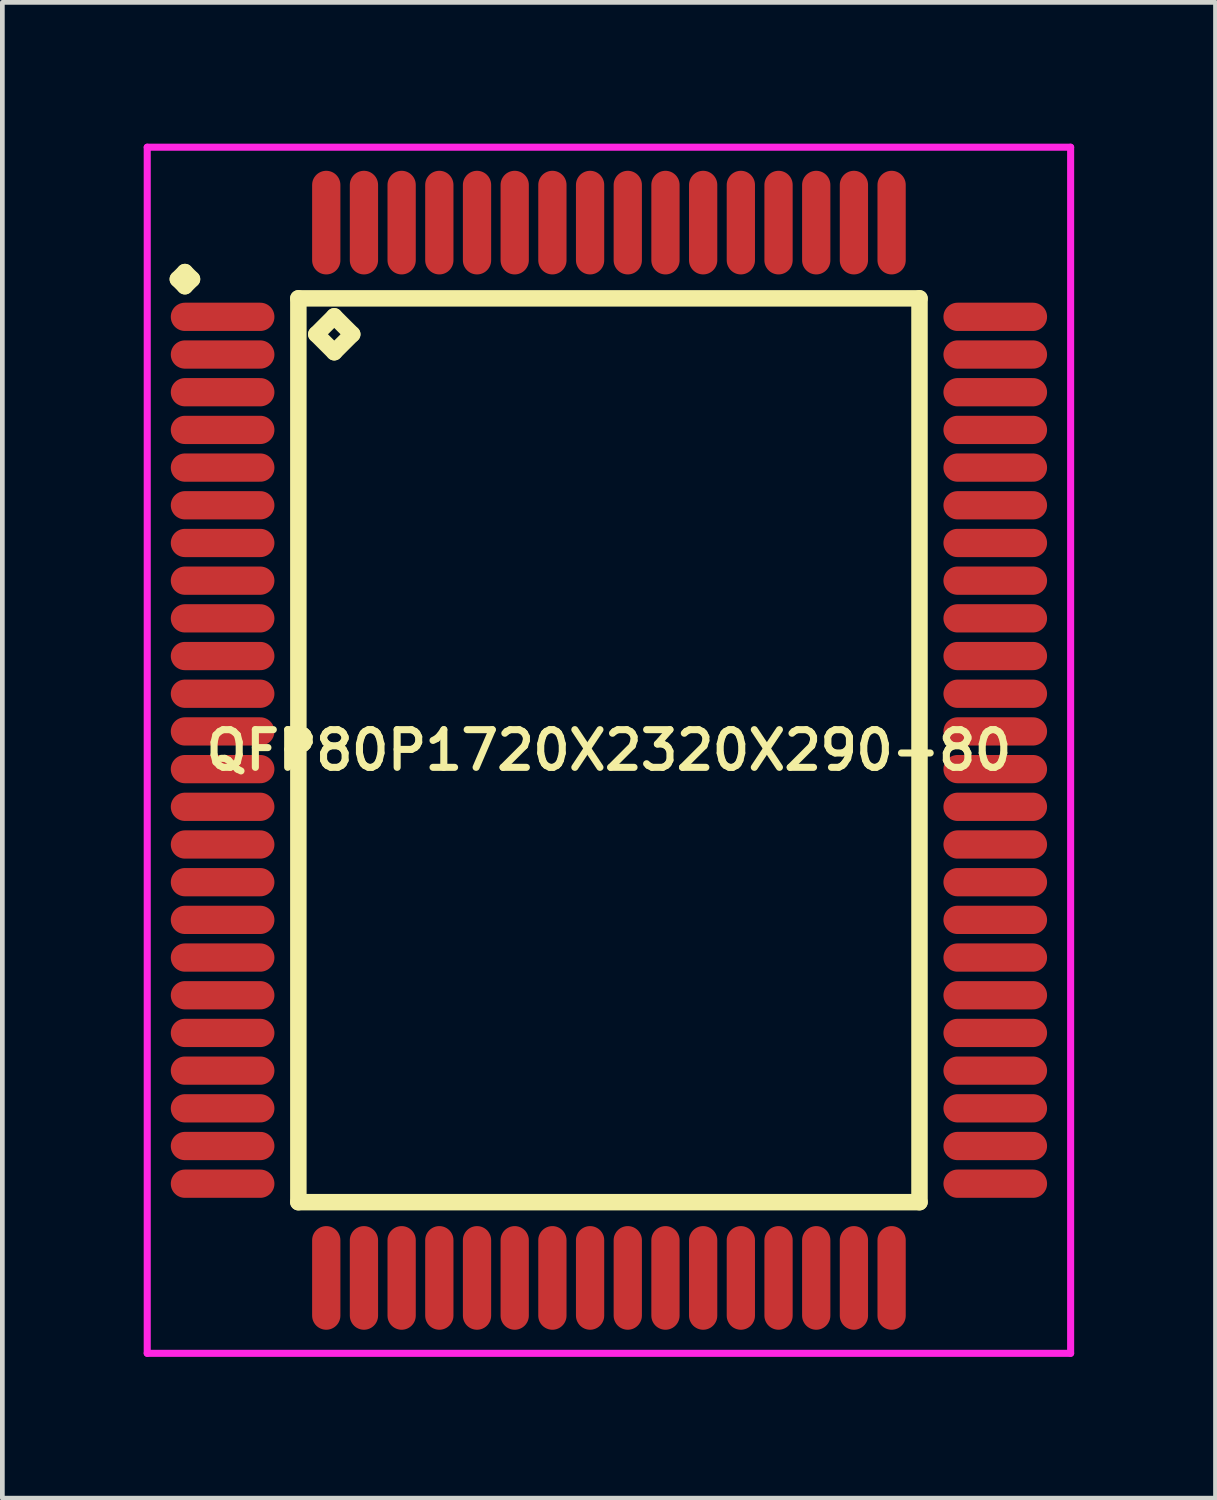
<source format=kicad_pcb>
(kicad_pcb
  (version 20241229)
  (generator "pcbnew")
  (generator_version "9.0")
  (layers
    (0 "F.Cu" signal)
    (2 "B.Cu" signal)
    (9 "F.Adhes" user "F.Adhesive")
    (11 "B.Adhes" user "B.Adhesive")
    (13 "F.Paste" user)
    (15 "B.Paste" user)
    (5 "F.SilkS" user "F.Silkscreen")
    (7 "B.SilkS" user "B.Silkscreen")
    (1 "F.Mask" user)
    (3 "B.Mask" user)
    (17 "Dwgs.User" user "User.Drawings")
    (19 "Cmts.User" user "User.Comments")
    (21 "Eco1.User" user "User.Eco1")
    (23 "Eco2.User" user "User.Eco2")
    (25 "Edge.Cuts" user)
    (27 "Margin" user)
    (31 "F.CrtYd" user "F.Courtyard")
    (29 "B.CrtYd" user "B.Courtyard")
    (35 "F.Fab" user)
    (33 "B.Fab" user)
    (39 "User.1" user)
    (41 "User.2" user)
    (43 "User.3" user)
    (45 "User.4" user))
  (footprint "QFP80P1720X2320X290-80"
    (layer "F.Cu")
    (at 9.875 12.875)
    (property "Reference" "QFP80P1720X2320X290-80" (at 0 0 0) (layer "F.SilkS") (effects (font (size 0.8 0.8) (thickness 0.15))))
    (attr smd)
    (fp_line (start -9.15 -10) (end -9 -10.15) (stroke (width 0.35) (type solid)) (layer "F.SilkS"))
    (fp_line (start -9 -10.15) (end -8.85 -10) (stroke (width 0.35) (type solid)) (layer "F.SilkS"))
    (fp_line (start -9 -9.85) (end -9.15 -10) (stroke (width 0.35) (type solid)) (layer "F.SilkS"))
    (fp_line (start -8.85 -10) (end -9 -9.85) (stroke (width 0.35) (type solid)) (layer "F.SilkS"))
    (fp_line (start -6.592 -9.592) (end -6.592 9.592) (stroke (width 0.35) (type solid)) (layer "F.SilkS"))
    (fp_line (start -6.592 9.592) (end 6.592 9.592) (stroke (width 0.35) (type solid)) (layer "F.SilkS"))
    (fp_line (start -6.211 -8.83) (end -5.83 -9.211) (stroke (width 0.35) (type solid)) (layer "F.SilkS"))
    (fp_line (start -5.83 -9.211) (end -5.449 -8.83) (stroke (width 0.35) (type solid)) (layer "F.SilkS"))
    (fp_line (start -5.83 -8.449) (end -6.211 -8.83) (stroke (width 0.35) (type solid)) (layer "F.SilkS"))
    (fp_line (start -5.449 -8.83) (end -5.83 -8.449) (stroke (width 0.35) (type solid)) (layer "F.SilkS"))
    (fp_line (start 6.592 -9.592) (end -6.592 -9.592) (stroke (width 0.35) (type solid)) (layer "F.SilkS"))
    (fp_line (start 6.592 9.592) (end 6.592 -9.592) (stroke (width 0.35) (type solid)) (layer "F.SilkS"))
    (fp_line (start -9.8 -12.8) (end 9.8 -12.8) (stroke (width 0.15) (type solid)) (layer "F.CrtYd"))
    (fp_line (start -9.8 12.8) (end -9.8 -12.8) (stroke (width 0.15) (type solid)) (layer "F.CrtYd"))
    (fp_line (start 9.8 -12.8) (end 9.8 12.8) (stroke (width 0.15) (type solid)) (layer "F.CrtYd"))
    (fp_line (start 9.8 12.8) (end -9.8 12.8) (stroke (width 0.15) (type solid)) (layer "F.CrtYd"))
    (pad "1" smd oval (at -8.2 -9.2) (size 2.2 0.6) (layers "F.Cu" "F.Mask" "F.Paste"))
    (pad "2" smd oval (at -8.2 -8.4) (size 2.2 0.6) (layers "F.Cu" "F.Mask" "F.Paste"))
    (pad "3" smd oval (at -8.2 -7.6) (size 2.2 0.6) (layers "F.Cu" "F.Mask" "F.Paste"))
    (pad "4" smd oval (at -8.2 -6.8) (size 2.2 0.6) (layers "F.Cu" "F.Mask" "F.Paste"))
    (pad "5" smd oval (at -8.2 -6) (size 2.2 0.6) (layers "F.Cu" "F.Mask" "F.Paste"))
    (pad "6" smd oval (at -8.2 -5.2) (size 2.2 0.6) (layers "F.Cu" "F.Mask" "F.Paste"))
    (pad "7" smd oval (at -8.2 -4.4) (size 2.2 0.6) (layers "F.Cu" "F.Mask" "F.Paste"))
    (pad "8" smd oval (at -8.2 -3.6) (size 2.2 0.6) (layers "F.Cu" "F.Mask" "F.Paste"))
    (pad "9" smd oval (at -8.2 -2.8) (size 2.2 0.6) (layers "F.Cu" "F.Mask" "F.Paste"))
    (pad "10" smd oval (at -8.2 -2) (size 2.2 0.6) (layers "F.Cu" "F.Mask" "F.Paste"))
    (pad "11" smd oval (at -8.2 -1.2) (size 2.2 0.6) (layers "F.Cu" "F.Mask" "F.Paste"))
    (pad "12" smd oval (at -8.2 -0.4) (size 2.2 0.6) (layers "F.Cu" "F.Mask" "F.Paste"))
    (pad "13" smd oval (at -8.2 0.4) (size 2.2 0.6) (layers "F.Cu" "F.Mask" "F.Paste"))
    (pad "14" smd oval (at -8.2 1.2) (size 2.2 0.6) (layers "F.Cu" "F.Mask" "F.Paste"))
    (pad "15" smd oval (at -8.2 2) (size 2.2 0.6) (layers "F.Cu" "F.Mask" "F.Paste"))
    (pad "16" smd oval (at -8.2 2.8) (size 2.2 0.6) (layers "F.Cu" "F.Mask" "F.Paste"))
    (pad "17" smd oval (at -8.2 3.6) (size 2.2 0.6) (layers "F.Cu" "F.Mask" "F.Paste"))
    (pad "18" smd oval (at -8.2 4.4) (size 2.2 0.6) (layers "F.Cu" "F.Mask" "F.Paste"))
    (pad "19" smd oval (at -8.2 5.2) (size 2.2 0.6) (layers "F.Cu" "F.Mask" "F.Paste"))
    (pad "20" smd oval (at -8.2 6) (size 2.2 0.6) (layers "F.Cu" "F.Mask" "F.Paste"))
    (pad "21" smd oval (at -8.2 6.8) (size 2.2 0.6) (layers "F.Cu" "F.Mask" "F.Paste"))
    (pad "22" smd oval (at -8.2 7.6) (size 2.2 0.6) (layers "F.Cu" "F.Mask" "F.Paste"))
    (pad "23" smd oval (at -8.2 8.4) (size 2.2 0.6) (layers "F.Cu" "F.Mask" "F.Paste"))
    (pad "24" smd oval (at -8.2 9.2) (size 2.2 0.6) (layers "F.Cu" "F.Mask" "F.Paste"))
    (pad "25" smd oval (at -6 11.2) (size 0.6 2.2) (layers "F.Cu" "F.Mask" "F.Paste"))
    (pad "26" smd oval (at -5.2 11.2) (size 0.6 2.2) (layers "F.Cu" "F.Mask" "F.Paste"))
    (pad "27" smd oval (at -4.4 11.2) (size 0.6 2.2) (layers "F.Cu" "F.Mask" "F.Paste"))
    (pad "28" smd oval (at -3.6 11.2) (size 0.6 2.2) (layers "F.Cu" "F.Mask" "F.Paste"))
    (pad "29" smd oval (at -2.8 11.2) (size 0.6 2.2) (layers "F.Cu" "F.Mask" "F.Paste"))
    (pad "30" smd oval (at -2 11.2) (size 0.6 2.2) (layers "F.Cu" "F.Mask" "F.Paste"))
    (pad "31" smd oval (at -1.2 11.2) (size 0.6 2.2) (layers "F.Cu" "F.Mask" "F.Paste"))
    (pad "32" smd oval (at -0.4 11.2) (size 0.6 2.2) (layers "F.Cu" "F.Mask" "F.Paste"))
    (pad "33" smd oval (at 0.4 11.2) (size 0.6 2.2) (layers "F.Cu" "F.Mask" "F.Paste"))
    (pad "34" smd oval (at 1.2 11.2) (size 0.6 2.2) (layers "F.Cu" "F.Mask" "F.Paste"))
    (pad "35" smd oval (at 2 11.2) (size 0.6 2.2) (layers "F.Cu" "F.Mask" "F.Paste"))
    (pad "36" smd oval (at 2.8 11.2) (size 0.6 2.2) (layers "F.Cu" "F.Mask" "F.Paste"))
    (pad "37" smd oval (at 3.6 11.2) (size 0.6 2.2) (layers "F.Cu" "F.Mask" "F.Paste"))
    (pad "38" smd oval (at 4.4 11.2) (size 0.6 2.2) (layers "F.Cu" "F.Mask" "F.Paste"))
    (pad "39" smd oval (at 5.2 11.2) (size 0.6 2.2) (layers "F.Cu" "F.Mask" "F.Paste"))
    (pad "40" smd oval (at 6 11.2) (size 0.6 2.2) (layers "F.Cu" "F.Mask" "F.Paste"))
    (pad "41" smd oval (at 8.2 9.2) (size 2.2 0.6) (layers "F.Cu" "F.Mask" "F.Paste"))
    (pad "42" smd oval (at 8.2 8.4) (size 2.2 0.6) (layers "F.Cu" "F.Mask" "F.Paste"))
    (pad "43" smd oval (at 8.2 7.6) (size 2.2 0.6) (layers "F.Cu" "F.Mask" "F.Paste"))
    (pad "44" smd oval (at 8.2 6.8) (size 2.2 0.6) (layers "F.Cu" "F.Mask" "F.Paste"))
    (pad "45" smd oval (at 8.2 6) (size 2.2 0.6) (layers "F.Cu" "F.Mask" "F.Paste"))
    (pad "46" smd oval (at 8.2 5.2) (size 2.2 0.6) (layers "F.Cu" "F.Mask" "F.Paste"))
    (pad "47" smd oval (at 8.2 4.4) (size 2.2 0.6) (layers "F.Cu" "F.Mask" "F.Paste"))
    (pad "48" smd oval (at 8.2 3.6) (size 2.2 0.6) (layers "F.Cu" "F.Mask" "F.Paste"))
    (pad "49" smd oval (at 8.2 2.8) (size 2.2 0.6) (layers "F.Cu" "F.Mask" "F.Paste"))
    (pad "50" smd oval (at 8.2 2) (size 2.2 0.6) (layers "F.Cu" "F.Mask" "F.Paste"))
    (pad "51" smd oval (at 8.2 1.2) (size 2.2 0.6) (layers "F.Cu" "F.Mask" "F.Paste"))
    (pad "52" smd oval (at 8.2 0.4) (size 2.2 0.6) (layers "F.Cu" "F.Mask" "F.Paste"))
    (pad "53" smd oval (at 8.2 -0.4) (size 2.2 0.6) (layers "F.Cu" "F.Mask" "F.Paste"))
    (pad "54" smd oval (at 8.2 -1.2) (size 2.2 0.6) (layers "F.Cu" "F.Mask" "F.Paste"))
    (pad "55" smd oval (at 8.2 -2) (size 2.2 0.6) (layers "F.Cu" "F.Mask" "F.Paste"))
    (pad "56" smd oval (at 8.2 -2.8) (size 2.2 0.6) (layers "F.Cu" "F.Mask" "F.Paste"))
    (pad "57" smd oval (at 8.2 -3.6) (size 2.2 0.6) (layers "F.Cu" "F.Mask" "F.Paste"))
    (pad "58" smd oval (at 8.2 -4.4) (size 2.2 0.6) (layers "F.Cu" "F.Mask" "F.Paste"))
    (pad "59" smd oval (at 8.2 -5.2) (size 2.2 0.6) (layers "F.Cu" "F.Mask" "F.Paste"))
    (pad "60" smd oval (at 8.2 -6) (size 2.2 0.6) (layers "F.Cu" "F.Mask" "F.Paste"))
    (pad "61" smd oval (at 8.2 -6.8) (size 2.2 0.6) (layers "F.Cu" "F.Mask" "F.Paste"))
    (pad "62" smd oval (at 8.2 -7.6) (size 2.2 0.6) (layers "F.Cu" "F.Mask" "F.Paste"))
    (pad "63" smd oval (at 8.2 -8.4) (size 2.2 0.6) (layers "F.Cu" "F.Mask" "F.Paste"))
    (pad "64" smd oval (at 8.2 -9.2) (size 2.2 0.6) (layers "F.Cu" "F.Mask" "F.Paste"))
    (pad "65" smd oval (at 6 -11.2) (size 0.6 2.2) (layers "F.Cu" "F.Mask" "F.Paste"))
    (pad "66" smd oval (at 5.2 -11.2) (size 0.6 2.2) (layers "F.Cu" "F.Mask" "F.Paste"))
    (pad "67" smd oval (at 4.4 -11.2) (size 0.6 2.2) (layers "F.Cu" "F.Mask" "F.Paste"))
    (pad "68" smd oval (at 3.6 -11.2) (size 0.6 2.2) (layers "F.Cu" "F.Mask" "F.Paste"))
    (pad "69" smd oval (at 2.8 -11.2) (size 0.6 2.2) (layers "F.Cu" "F.Mask" "F.Paste"))
    (pad "70" smd oval (at 2 -11.2) (size 0.6 2.2) (layers "F.Cu" "F.Mask" "F.Paste"))
    (pad "71" smd oval (at 1.2 -11.2) (size 0.6 2.2) (layers "F.Cu" "F.Mask" "F.Paste"))
    (pad "72" smd oval (at 0.4 -11.2) (size 0.6 2.2) (layers "F.Cu" "F.Mask" "F.Paste"))
    (pad "73" smd oval (at -0.4 -11.2) (size 0.6 2.2) (layers "F.Cu" "F.Mask" "F.Paste"))
    (pad "74" smd oval (at -1.2 -11.2) (size 0.6 2.2) (layers "F.Cu" "F.Mask" "F.Paste"))
    (pad "75" smd oval (at -2 -11.2) (size 0.6 2.2) (layers "F.Cu" "F.Mask" "F.Paste"))
    (pad "76" smd oval (at -2.8 -11.2) (size 0.6 2.2) (layers "F.Cu" "F.Mask" "F.Paste"))
    (pad "77" smd oval (at -3.6 -11.2) (size 0.6 2.2) (layers "F.Cu" "F.Mask" "F.Paste"))
    (pad "78" smd oval (at -4.4 -11.2) (size 0.6 2.2) (layers "F.Cu" "F.Mask" "F.Paste"))
    (pad "79" smd oval (at -5.2 -11.2) (size 0.6 2.2) (layers "F.Cu" "F.Mask" "F.Paste"))
    (pad "80" smd oval (at -6 -11.2) (size 0.6 2.2) (layers "F.Cu" "F.Mask" "F.Paste")))
  (gr_rect
    (start -3 -3)
    (end 22.75 28.75)
    (stroke (width 0.1) (type default))
    (fill no)
    (layer "Edge.Cuts")))
</source>
